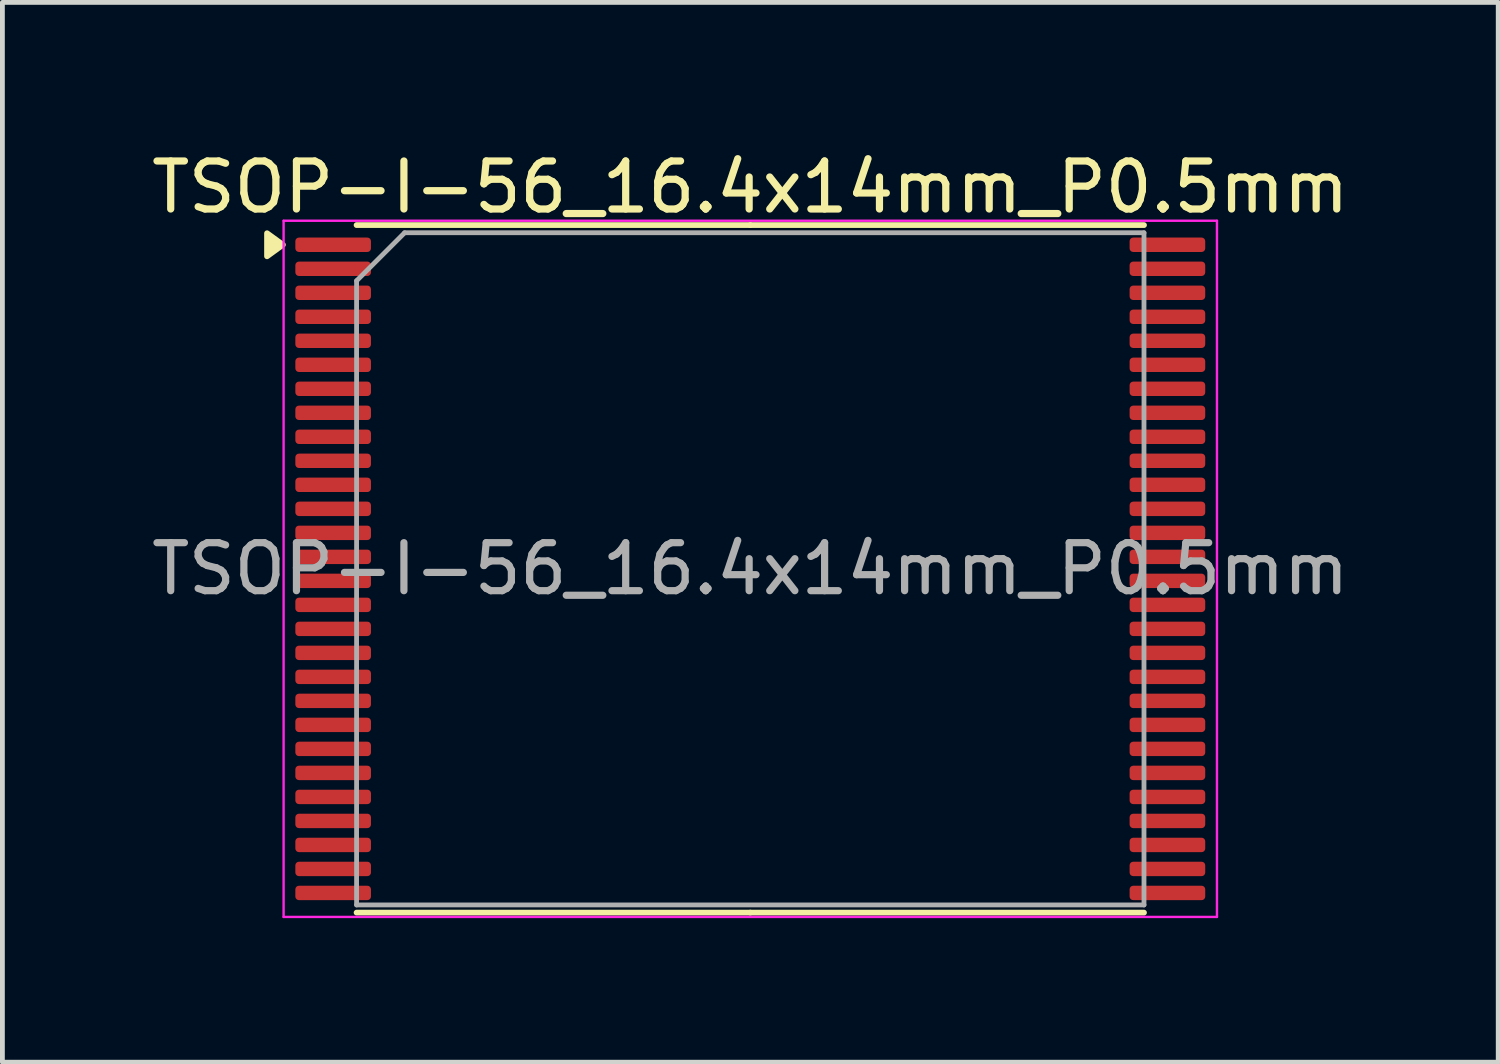
<source format=kicad_pcb>
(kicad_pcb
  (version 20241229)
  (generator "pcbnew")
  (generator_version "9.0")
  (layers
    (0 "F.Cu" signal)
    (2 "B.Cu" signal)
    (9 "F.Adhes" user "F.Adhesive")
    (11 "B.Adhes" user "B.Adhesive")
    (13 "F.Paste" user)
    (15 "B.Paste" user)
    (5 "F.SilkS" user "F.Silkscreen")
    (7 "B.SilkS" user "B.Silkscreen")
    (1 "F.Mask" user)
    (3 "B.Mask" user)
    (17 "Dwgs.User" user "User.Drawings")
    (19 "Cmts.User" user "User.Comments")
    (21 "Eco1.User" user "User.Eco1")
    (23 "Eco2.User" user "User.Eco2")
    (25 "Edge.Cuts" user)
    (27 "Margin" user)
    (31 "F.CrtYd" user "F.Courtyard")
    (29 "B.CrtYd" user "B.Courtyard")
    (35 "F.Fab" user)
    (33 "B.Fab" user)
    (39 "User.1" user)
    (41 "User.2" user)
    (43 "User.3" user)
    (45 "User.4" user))
  (footprint "TSOP-I-56_16.4x14mm_P0.5mm"
    (layer "F.Cu")
    (at 12.577 8.798)
    (property "Reference" "TSOP-I-56_16.4x14mm_P0.5mm" (at 0 -7.95 0) (layer "F.SilkS") (effects (font (size 1 1) (thickness 0.15))))
    (attr smd)
    (fp_line (start 0 -7.16) (end -8.2 -7.16) (stroke (width 0.12) (type solid)) (layer "F.SilkS"))
    (fp_line (start 0 -7.16) (end 8.2 -7.16) (stroke (width 0.12) (type solid)) (layer "F.SilkS"))
    (fp_line (start 0 7.16) (end -8.2 7.16) (stroke (width 0.12) (type solid)) (layer "F.SilkS"))
    (fp_line (start 0 7.16) (end 8.2 7.16) (stroke (width 0.12) (type solid)) (layer "F.SilkS"))
    (fp_poly (pts (xy -9.735 -6.75) (xy -10.065 -6.99) (xy -10.065 -6.51) (xy -9.735 -6.75)) (stroke (width 0.12) (type solid)) (fill yes) (layer "F.SilkS"))
    (fp_line (start -9.72 -7.25) (end -9.72 7.25) (stroke (width 0.05) (type solid)) (layer "F.CrtYd"))
    (fp_line (start -9.72 7.25) (end 9.72 7.25) (stroke (width 0.05) (type solid)) (layer "F.CrtYd"))
    (fp_line (start 9.72 -7.25) (end -9.72 -7.25) (stroke (width 0.05) (type solid)) (layer "F.CrtYd"))
    (fp_line (start 9.72 7.25) (end 9.72 -7.25) (stroke (width 0.05) (type solid)) (layer "F.CrtYd"))
    (fp_line (start -8.2 -6) (end -7.2 -7) (stroke (width 0.1) (type solid)) (layer "F.Fab"))
    (fp_line (start -8.2 7) (end -8.2 -6) (stroke (width 0.1) (type solid)) (layer "F.Fab"))
    (fp_line (start -7.2 -7) (end 8.2 -7) (stroke (width 0.1) (type solid)) (layer "F.Fab"))
    (fp_line (start 8.2 -7) (end 8.2 7) (stroke (width 0.1) (type solid)) (layer "F.Fab"))
    (fp_line (start 8.2 7) (end -8.2 7) (stroke (width 0.1) (type solid)) (layer "F.Fab"))
    (fp_text user "${REFERENCE}" (at 0 0 0) (layer "F.Fab") (effects (font (size 1 1) (thickness 0.15))))
    (pad "1" smd roundrect (at -8.688 -6.75) (size 1.575 0.3) (layers "F.Cu" "F.Mask" "F.Paste") (roundrect_rratio 0.25))
    (pad "2" smd roundrect (at -8.688 -6.25) (size 1.575 0.3) (layers "F.Cu" "F.Mask" "F.Paste") (roundrect_rratio 0.25))
    (pad "3" smd roundrect (at -8.688 -5.75) (size 1.575 0.3) (layers "F.Cu" "F.Mask" "F.Paste") (roundrect_rratio 0.25))
    (pad "4" smd roundrect (at -8.688 -5.25) (size 1.575 0.3) (layers "F.Cu" "F.Mask" "F.Paste") (roundrect_rratio 0.25))
    (pad "5" smd roundrect (at -8.688 -4.75) (size 1.575 0.3) (layers "F.Cu" "F.Mask" "F.Paste") (roundrect_rratio 0.25))
    (pad "6" smd roundrect (at -8.688 -4.25) (size 1.575 0.3) (layers "F.Cu" "F.Mask" "F.Paste") (roundrect_rratio 0.25))
    (pad "7" smd roundrect (at -8.688 -3.75) (size 1.575 0.3) (layers "F.Cu" "F.Mask" "F.Paste") (roundrect_rratio 0.25))
    (pad "8" smd roundrect (at -8.688 -3.25) (size 1.575 0.3) (layers "F.Cu" "F.Mask" "F.Paste") (roundrect_rratio 0.25))
    (pad "9" smd roundrect (at -8.688 -2.75) (size 1.575 0.3) (layers "F.Cu" "F.Mask" "F.Paste") (roundrect_rratio 0.25))
    (pad "10" smd roundrect (at -8.688 -2.25) (size 1.575 0.3) (layers "F.Cu" "F.Mask" "F.Paste") (roundrect_rratio 0.25))
    (pad "11" smd roundrect (at -8.688 -1.75) (size 1.575 0.3) (layers "F.Cu" "F.Mask" "F.Paste") (roundrect_rratio 0.25))
    (pad "12" smd roundrect (at -8.688 -1.25) (size 1.575 0.3) (layers "F.Cu" "F.Mask" "F.Paste") (roundrect_rratio 0.25))
    (pad "13" smd roundrect (at -8.688 -0.75) (size 1.575 0.3) (layers "F.Cu" "F.Mask" "F.Paste") (roundrect_rratio 0.25))
    (pad "14" smd roundrect (at -8.688 -0.25) (size 1.575 0.3) (layers "F.Cu" "F.Mask" "F.Paste") (roundrect_rratio 0.25))
    (pad "15" smd roundrect (at -8.688 0.25) (size 1.575 0.3) (layers "F.Cu" "F.Mask" "F.Paste") (roundrect_rratio 0.25))
    (pad "16" smd roundrect (at -8.688 0.75) (size 1.575 0.3) (layers "F.Cu" "F.Mask" "F.Paste") (roundrect_rratio 0.25))
    (pad "17" smd roundrect (at -8.688 1.25) (size 1.575 0.3) (layers "F.Cu" "F.Mask" "F.Paste") (roundrect_rratio 0.25))
    (pad "18" smd roundrect (at -8.688 1.75) (size 1.575 0.3) (layers "F.Cu" "F.Mask" "F.Paste") (roundrect_rratio 0.25))
    (pad "19" smd roundrect (at -8.688 2.25) (size 1.575 0.3) (layers "F.Cu" "F.Mask" "F.Paste") (roundrect_rratio 0.25))
    (pad "20" smd roundrect (at -8.688 2.75) (size 1.575 0.3) (layers "F.Cu" "F.Mask" "F.Paste") (roundrect_rratio 0.25))
    (pad "21" smd roundrect (at -8.688 3.25) (size 1.575 0.3) (layers "F.Cu" "F.Mask" "F.Paste") (roundrect_rratio 0.25))
    (pad "22" smd roundrect (at -8.688 3.75) (size 1.575 0.3) (layers "F.Cu" "F.Mask" "F.Paste") (roundrect_rratio 0.25))
    (pad "23" smd roundrect (at -8.688 4.25) (size 1.575 0.3) (layers "F.Cu" "F.Mask" "F.Paste") (roundrect_rratio 0.25))
    (pad "24" smd roundrect (at -8.688 4.75) (size 1.575 0.3) (layers "F.Cu" "F.Mask" "F.Paste") (roundrect_rratio 0.25))
    (pad "25" smd roundrect (at -8.688 5.25) (size 1.575 0.3) (layers "F.Cu" "F.Mask" "F.Paste") (roundrect_rratio 0.25))
    (pad "26" smd roundrect (at -8.688 5.75) (size 1.575 0.3) (layers "F.Cu" "F.Mask" "F.Paste") (roundrect_rratio 0.25))
    (pad "27" smd roundrect (at -8.688 6.25) (size 1.575 0.3) (layers "F.Cu" "F.Mask" "F.Paste") (roundrect_rratio 0.25))
    (pad "28" smd roundrect (at -8.688 6.75) (size 1.575 0.3) (layers "F.Cu" "F.Mask" "F.Paste") (roundrect_rratio 0.25))
    (pad "29" smd roundrect (at 8.688 6.75) (size 1.575 0.3) (layers "F.Cu" "F.Mask" "F.Paste") (roundrect_rratio 0.25))
    (pad "30" smd roundrect (at 8.688 6.25) (size 1.575 0.3) (layers "F.Cu" "F.Mask" "F.Paste") (roundrect_rratio 0.25))
    (pad "31" smd roundrect (at 8.688 5.75) (size 1.575 0.3) (layers "F.Cu" "F.Mask" "F.Paste") (roundrect_rratio 0.25))
    (pad "32" smd roundrect (at 8.688 5.25) (size 1.575 0.3) (layers "F.Cu" "F.Mask" "F.Paste") (roundrect_rratio 0.25))
    (pad "33" smd roundrect (at 8.688 4.75) (size 1.575 0.3) (layers "F.Cu" "F.Mask" "F.Paste") (roundrect_rratio 0.25))
    (pad "34" smd roundrect (at 8.688 4.25) (size 1.575 0.3) (layers "F.Cu" "F.Mask" "F.Paste") (roundrect_rratio 0.25))
    (pad "35" smd roundrect (at 8.688 3.75) (size 1.575 0.3) (layers "F.Cu" "F.Mask" "F.Paste") (roundrect_rratio 0.25))
    (pad "36" smd roundrect (at 8.688 3.25) (size 1.575 0.3) (layers "F.Cu" "F.Mask" "F.Paste") (roundrect_rratio 0.25))
    (pad "37" smd roundrect (at 8.688 2.75) (size 1.575 0.3) (layers "F.Cu" "F.Mask" "F.Paste") (roundrect_rratio 0.25))
    (pad "38" smd roundrect (at 8.688 2.25) (size 1.575 0.3) (layers "F.Cu" "F.Mask" "F.Paste") (roundrect_rratio 0.25))
    (pad "39" smd roundrect (at 8.688 1.75) (size 1.575 0.3) (layers "F.Cu" "F.Mask" "F.Paste") (roundrect_rratio 0.25))
    (pad "40" smd roundrect (at 8.688 1.25) (size 1.575 0.3) (layers "F.Cu" "F.Mask" "F.Paste") (roundrect_rratio 0.25))
    (pad "41" smd roundrect (at 8.688 0.75) (size 1.575 0.3) (layers "F.Cu" "F.Mask" "F.Paste") (roundrect_rratio 0.25))
    (pad "42" smd roundrect (at 8.688 0.25) (size 1.575 0.3) (layers "F.Cu" "F.Mask" "F.Paste") (roundrect_rratio 0.25))
    (pad "43" smd roundrect (at 8.688 -0.25) (size 1.575 0.3) (layers "F.Cu" "F.Mask" "F.Paste") (roundrect_rratio 0.25))
    (pad "44" smd roundrect (at 8.688 -0.75) (size 1.575 0.3) (layers "F.Cu" "F.Mask" "F.Paste") (roundrect_rratio 0.25))
    (pad "45" smd roundrect (at 8.688 -1.25) (size 1.575 0.3) (layers "F.Cu" "F.Mask" "F.Paste") (roundrect_rratio 0.25))
    (pad "46" smd roundrect (at 8.688 -1.75) (size 1.575 0.3) (layers "F.Cu" "F.Mask" "F.Paste") (roundrect_rratio 0.25))
    (pad "47" smd roundrect (at 8.688 -2.25) (size 1.575 0.3) (layers "F.Cu" "F.Mask" "F.Paste") (roundrect_rratio 0.25))
    (pad "48" smd roundrect (at 8.688 -2.75) (size 1.575 0.3) (layers "F.Cu" "F.Mask" "F.Paste") (roundrect_rratio 0.25))
    (pad "49" smd roundrect (at 8.688 -3.25) (size 1.575 0.3) (layers "F.Cu" "F.Mask" "F.Paste") (roundrect_rratio 0.25))
    (pad "50" smd roundrect (at 8.688 -3.75) (size 1.575 0.3) (layers "F.Cu" "F.Mask" "F.Paste") (roundrect_rratio 0.25))
    (pad "51" smd roundrect (at 8.688 -4.25) (size 1.575 0.3) (layers "F.Cu" "F.Mask" "F.Paste") (roundrect_rratio 0.25))
    (pad "52" smd roundrect (at 8.688 -4.75) (size 1.575 0.3) (layers "F.Cu" "F.Mask" "F.Paste") (roundrect_rratio 0.25))
    (pad "53" smd roundrect (at 8.688 -5.25) (size 1.575 0.3) (layers "F.Cu" "F.Mask" "F.Paste") (roundrect_rratio 0.25))
    (pad "54" smd roundrect (at 8.688 -5.75) (size 1.575 0.3) (layers "F.Cu" "F.Mask" "F.Paste") (roundrect_rratio 0.25))
    (pad "55" smd roundrect (at 8.688 -6.25) (size 1.575 0.3) (layers "F.Cu" "F.Mask" "F.Paste") (roundrect_rratio 0.25))
    (pad "56" smd roundrect (at 8.688 -6.75) (size 1.575 0.3) (layers "F.Cu" "F.Mask" "F.Paste") (roundrect_rratio 0.25)))
  (gr_rect
    (start -3 -3)
    (end 28.155 19.073)
    (stroke (width 0.1) (type default))
    (fill no)
    (layer "Edge.Cuts")))
</source>
